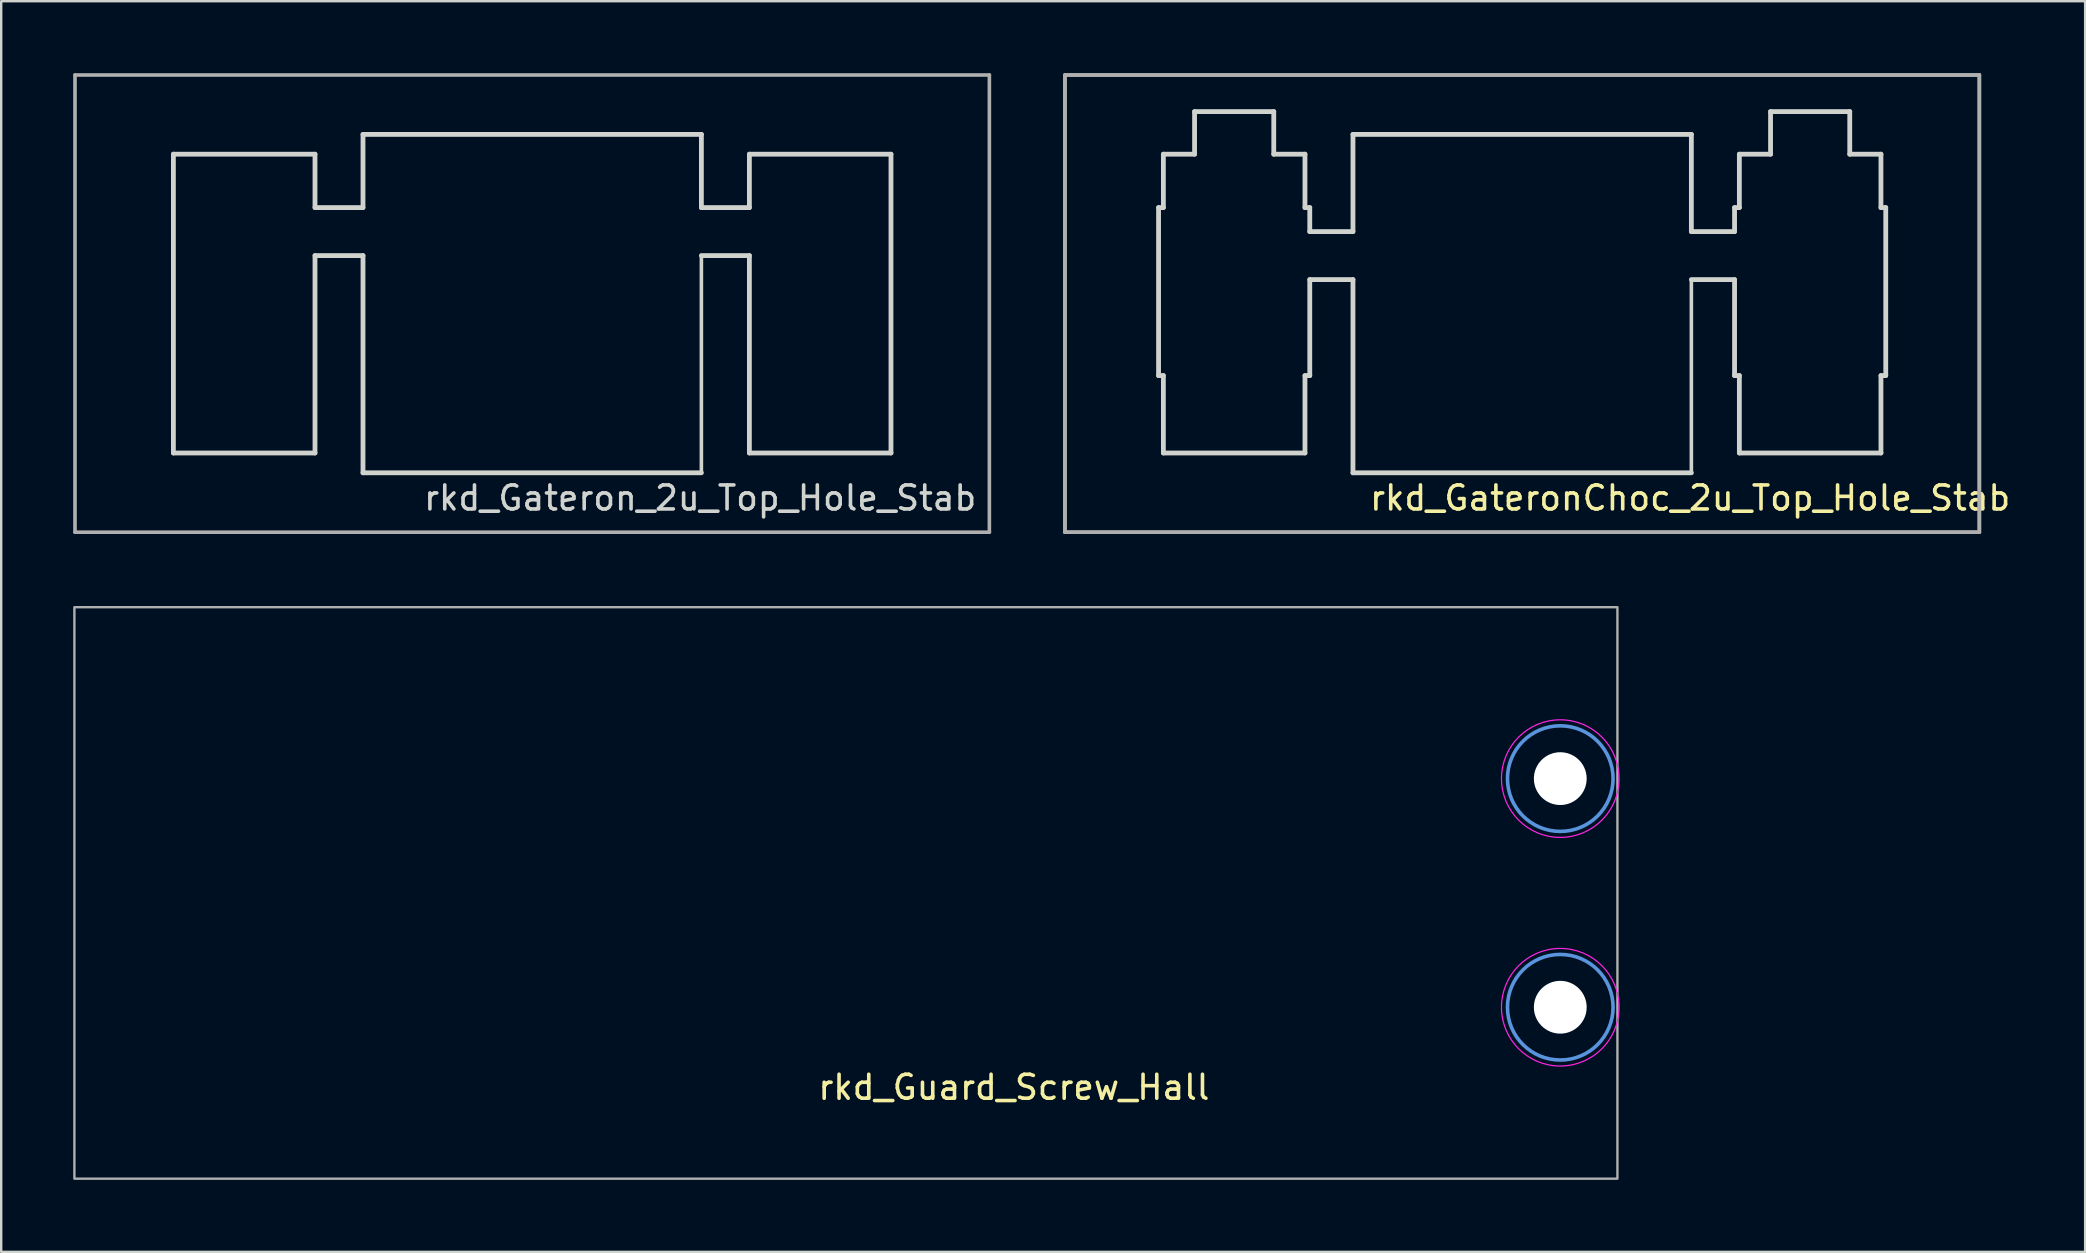
<source format=kicad_pcb>
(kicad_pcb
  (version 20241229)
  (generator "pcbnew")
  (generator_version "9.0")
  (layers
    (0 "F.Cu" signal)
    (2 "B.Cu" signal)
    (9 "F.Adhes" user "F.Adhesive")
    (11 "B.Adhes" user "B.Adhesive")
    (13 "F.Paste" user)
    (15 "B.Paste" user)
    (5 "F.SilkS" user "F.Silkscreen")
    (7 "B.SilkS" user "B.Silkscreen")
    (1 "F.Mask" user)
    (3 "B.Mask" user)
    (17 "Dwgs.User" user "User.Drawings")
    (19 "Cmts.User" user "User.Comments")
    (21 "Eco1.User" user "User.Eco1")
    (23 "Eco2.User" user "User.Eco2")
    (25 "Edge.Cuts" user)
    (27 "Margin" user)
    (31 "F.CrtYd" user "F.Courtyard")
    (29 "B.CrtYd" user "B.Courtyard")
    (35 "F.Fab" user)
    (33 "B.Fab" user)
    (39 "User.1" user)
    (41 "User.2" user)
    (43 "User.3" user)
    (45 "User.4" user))
  (footprint "rkd_GateronChoc_2u_Top_Hole_Stab"
    (layer "F.Cu")
    (at 60.375 9.6)
    (property "Reference" "rkd_GateronChoc_2u_Top_Hole_Stab" (at 7 8.1 0) (layer "F.SilkS") (effects (font (size 1 1) (thickness 0.15))))
    (attr through_hole)
    (fp_line (start -15.15 -4) (end -15.15 3) (stroke (width 0.2) (type solid)) (layer "Edge.Cuts"))
    (fp_line (start -14.95 -6.225) (end -14.95 -4) (stroke (width 0.2) (type solid)) (layer "Edge.Cuts"))
    (fp_line (start -14.95 -6.225) (end -13.65 -6.225) (stroke (width 0.2) (type solid)) (layer "Edge.Cuts"))
    (fp_line (start -14.95 -4) (end -15.15 -4) (stroke (width 0.2) (type solid)) (layer "Edge.Cuts"))
    (fp_line (start -14.95 3) (end -15.15 3) (stroke (width 0.2) (type solid)) (layer "Edge.Cuts"))
    (fp_line (start -14.95 3) (end -14.95 6.225) (stroke (width 0.2) (type solid)) (layer "Edge.Cuts"))
    (fp_line (start -13.65 -8) (end -13.65 -6.225) (stroke (width 0.2) (type solid)) (layer "Edge.Cuts"))
    (fp_line (start -13.65 -8) (end -10.35 -8) (stroke (width 0.2) (type solid)) (layer "Edge.Cuts"))
    (fp_line (start -10.35 -8) (end -10.35 -6.225) (stroke (width 0.2) (type solid)) (layer "Edge.Cuts"))
    (fp_line (start -10.35 -6.225) (end -9.05 -6.225) (stroke (width 0.2) (type solid)) (layer "Edge.Cuts"))
    (fp_line (start -9.05 -6.225) (end -9.05 -4) (stroke (width 0.2) (type solid)) (layer "Edge.Cuts"))
    (fp_line (start -9.05 -4) (end -8.85 -4) (stroke (width 0.2) (type solid)) (layer "Edge.Cuts"))
    (fp_line (start -9.05 3) (end -9.05 6.225) (stroke (width 0.2) (type solid)) (layer "Edge.Cuts"))
    (fp_line (start -9.05 3) (end -8.85 3) (stroke (width 0.2) (type solid)) (layer "Edge.Cuts"))
    (fp_line (start -9.05 6.225) (end -14.95 6.225) (stroke (width 0.2) (type solid)) (layer "Edge.Cuts"))
    (fp_line (start -8.85 -4) (end -8.85 -3) (stroke (width 0.2) (type solid)) (layer "Edge.Cuts"))
    (fp_line (start -8.85 -3) (end -7.05 -3) (stroke (width 0.2) (type solid)) (layer "Edge.Cuts"))
    (fp_line (start -8.85 -1) (end -8.85 3) (stroke (width 0.2) (type solid)) (layer "Edge.Cuts"))
    (fp_line (start -8.85 -1) (end -7.05 -1) (stroke (width 0.2) (type solid)) (layer "Edge.Cuts"))
    (fp_line (start -7.05 -7.05) (end 7.05 -7.05) (stroke (width 0.2) (type solid)) (layer "Edge.Cuts"))
    (fp_line (start -7.05 -3) (end -7.05 -7.05) (stroke (width 0.2) (type solid)) (layer "Edge.Cuts"))
    (fp_line (start -7.05 7.05) (end -7.05 -1) (stroke (width 0.2) (type solid)) (layer "Edge.Cuts"))
    (fp_line (start 7.05 -3) (end 7.05 -7.05) (stroke (width 0.2) (type solid)) (layer "Edge.Cuts"))
    (fp_line (start 7.05 -3) (end 8.85 -3) (stroke (width 0.2) (type solid)) (layer "Edge.Cuts"))
    (fp_line (start 7.05 -1) (end 7.05 7.05) (stroke (width 0.15) (type solid)) (layer "Edge.Cuts"))
    (fp_line (start 7.05 -1) (end 8.85 -1) (stroke (width 0.2) (type solid)) (layer "Edge.Cuts"))
    (fp_line (start 7.05 7.05) (end -7.05 7.05) (stroke (width 0.2) (type solid)) (layer "Edge.Cuts"))
    (fp_line (start 8.85 -4) (end 9.05 -4) (stroke (width 0.2) (type solid)) (layer "Edge.Cuts"))
    (fp_line (start 8.85 -3) (end 8.85 -4) (stroke (width 0.2) (type solid)) (layer "Edge.Cuts"))
    (fp_line (start 8.85 -1) (end 8.85 3) (stroke (width 0.2) (type solid)) (layer "Edge.Cuts"))
    (fp_line (start 9.05 -6.225) (end 9.05 -4) (stroke (width 0.2) (type solid)) (layer "Edge.Cuts"))
    (fp_line (start 9.05 -6.225) (end 10.35 -6.225) (stroke (width 0.2) (type solid)) (layer "Edge.Cuts"))
    (fp_line (start 9.05 3) (end 8.85 3) (stroke (width 0.2) (type solid)) (layer "Edge.Cuts"))
    (fp_line (start 9.05 3) (end 9.05 6.225) (stroke (width 0.2) (type solid)) (layer "Edge.Cuts"))
    (fp_line (start 10.35 -8) (end 10.35 -6.225) (stroke (width 0.2) (type solid)) (layer "Edge.Cuts"))
    (fp_line (start 10.35 -8) (end 13.65 -8) (stroke (width 0.2) (type solid)) (layer "Edge.Cuts"))
    (fp_line (start 13.65 -8) (end 13.65 -6.225) (stroke (width 0.2) (type solid)) (layer "Edge.Cuts"))
    (fp_line (start 13.65 -6.225) (end 14.95 -6.225) (stroke (width 0.2) (type solid)) (layer "Edge.Cuts"))
    (fp_line (start 14.95 -6.225) (end 14.95 -4) (stroke (width 0.2) (type solid)) (layer "Edge.Cuts"))
    (fp_line (start 14.95 -4) (end 15.15 -4) (stroke (width 0.2) (type solid)) (layer "Edge.Cuts"))
    (fp_line (start 14.95 3) (end 14.95 6.225) (stroke (width 0.2) (type solid)) (layer "Edge.Cuts"))
    (fp_line (start 14.95 6.225) (end 9.05 6.225) (stroke (width 0.2) (type solid)) (layer "Edge.Cuts"))
    (fp_line (start 15.15 -4) (end 15.15 3) (stroke (width 0.2) (type solid)) (layer "Edge.Cuts"))
    (fp_line (start 15.15 3) (end 14.95 3) (stroke (width 0.2) (type solid)) (layer "Edge.Cuts"))
    (fp_line (start -19.05 -9.525) (end -19.05 9.525) (stroke (width 0.15) (type solid)) (layer "F.Fab"))
    (fp_line (start -19.05 -9.525) (end -19.05 9.525) (stroke (width 0.15) (type solid)) (layer "F.Fab"))
    (fp_line (start -19.05 9.525) (end 19.05 9.525) (stroke (width 0.15) (type solid)) (layer "F.Fab"))
    (fp_line (start -19.05 9.525) (end 19.05 9.525) (stroke (width 0.15) (type solid)) (layer "F.Fab"))
    (fp_line (start 19.05 -9.525) (end -19.05 -9.525) (stroke (width 0.15) (type solid)) (layer "F.Fab"))
    (fp_line (start 19.05 -9.525) (end -19.05 -9.525) (stroke (width 0.15) (type solid)) (layer "F.Fab"))
    (fp_line (start 19.05 9.525) (end 19.05 -9.525) (stroke (width 0.15) (type solid)) (layer "F.Fab"))
    (fp_line (start 19.05 9.525) (end 19.05 -9.525) (stroke (width 0.15) (type solid)) (layer "F.Fab")))
  (footprint "rkd_Guard_Screw_Hall"
    (layer "F.Cu")
    (at 32.197 34.156)
    (property "Reference" "rkd_Guard_Screw_Hall" (at 7 8.1 0) (layer "F.SilkS") (effects (font (size 1 1) (thickness 0.15))))
    (attr through_hole)
    (fp_circle (center 29.766 -4.763) (end 31.966 -4.763) (stroke (width 0.15) (type solid)) (fill no) (layer "Cmts.User"))
    (fp_circle (center 29.766 4.763) (end 31.966 4.763) (stroke (width 0.15) (type solid)) (fill no) (layer "Cmts.User"))
    (fp_circle (center 29.766 -4.763) (end 32.216 -4.763) (stroke (width 0.05) (type solid)) (fill no) (layer "F.CrtYd"))
    (fp_circle (center 29.766 4.763) (end 32.216 4.763) (stroke (width 0.05) (type solid)) (fill no) (layer "F.CrtYd"))
    (fp_rect (start -32.147 -11.906) (end 32.147 11.906) (stroke (width 0.1) (type default)) (fill no) (layer "F.Fab"))
    (pad "" np_thru_hole circle (at 29.766 -4.763) (size 2.2 2.2) (drill 2.2) (layers "*.Cu" "*.Mask"))
    (pad "" np_thru_hole circle (at 29.766 4.763) (size 2.2 2.2) (drill 2.2) (layers "*.Cu" "*.Mask")))
  (footprint "rkd_Gateron_2u_Top_Hole_Stab"
    (layer "F.Cu")
    (at 19.125 9.6)
    (property "Reference" "rkd_Gateron_2u_Top_Hole_Stab" (at 7 8.1 0) (layer "Edge.Cuts") (effects (font (size 1 1) (thickness 0.15))))
    (attr through_hole)
    (fp_line (start -14.95 -6.225) (end -14.95 6.225) (stroke (width 0.2) (type solid)) (layer "Edge.Cuts"))
    (fp_line (start -14.95 -6.225) (end -9.05 -6.225) (stroke (width 0.2) (type solid)) (layer "Edge.Cuts"))
    (fp_line (start -9.05 -6.225) (end -9.05 -4) (stroke (width 0.2) (type solid)) (layer "Edge.Cuts"))
    (fp_line (start -9.05 -4) (end -7.05 -4) (stroke (width 0.2) (type solid)) (layer "Edge.Cuts"))
    (fp_line (start -9.05 -2) (end -9.05 6.225) (stroke (width 0.2) (type solid)) (layer "Edge.Cuts"))
    (fp_line (start -9.05 -2) (end -7.05 -2) (stroke (width 0.2) (type solid)) (layer "Edge.Cuts"))
    (fp_line (start -9.05 6.225) (end -14.95 6.225) (stroke (width 0.2) (type solid)) (layer "Edge.Cuts"))
    (fp_line (start -7.05 -7.05) (end 7.05 -7.05) (stroke (width 0.2) (type solid)) (layer "Edge.Cuts"))
    (fp_line (start -7.05 -4) (end -7.05 -7.05) (stroke (width 0.2) (type solid)) (layer "Edge.Cuts"))
    (fp_line (start -7.05 7.05) (end -7.05 -2) (stroke (width 0.2) (type solid)) (layer "Edge.Cuts"))
    (fp_line (start 7.05 -4) (end 7.05 -7.05) (stroke (width 0.2) (type solid)) (layer "Edge.Cuts"))
    (fp_line (start 7.05 -4) (end 9.05 -4) (stroke (width 0.2) (type solid)) (layer "Edge.Cuts"))
    (fp_line (start 7.05 -2) (end 7.05 7.05) (stroke (width 0.15) (type solid)) (layer "Edge.Cuts"))
    (fp_line (start 7.05 -2) (end 9.05 -2) (stroke (width 0.2) (type solid)) (layer "Edge.Cuts"))
    (fp_line (start 7.05 7.05) (end -7.05 7.05) (stroke (width 0.2) (type solid)) (layer "Edge.Cuts"))
    (fp_line (start 9.05 -6.225) (end 9.05 -4) (stroke (width 0.2) (type solid)) (layer "Edge.Cuts"))
    (fp_line (start 9.05 -6.225) (end 14.95 -6.225) (stroke (width 0.2) (type solid)) (layer "Edge.Cuts"))
    (fp_line (start 9.05 -2) (end 9.05 6.225) (stroke (width 0.2) (type solid)) (layer "Edge.Cuts"))
    (fp_line (start 14.95 -6.225) (end 14.95 6.225) (stroke (width 0.2) (type solid)) (layer "Edge.Cuts"))
    (fp_line (start 14.95 6.225) (end 9.05 6.225) (stroke (width 0.2) (type solid)) (layer "Edge.Cuts"))
    (fp_line (start -19.05 -9.525) (end -19.05 9.525) (stroke (width 0.15) (type solid)) (layer "F.Fab"))
    (fp_line (start -19.05 9.525) (end 19.05 9.525) (stroke (width 0.15) (type solid)) (layer "F.Fab"))
    (fp_line (start 19.05 -9.525) (end -19.05 -9.525) (stroke (width 0.15) (type solid)) (layer "F.Fab"))
    (fp_line (start 19.05 9.525) (end 19.05 -9.525) (stroke (width 0.15) (type solid)) (layer "F.Fab")))
  (gr_rect
    (start -3 -3)
    (end 83.833 49.112)
    (stroke (width 0.1) (type default))
    (fill no)
    (layer "Edge.Cuts")))
</source>
